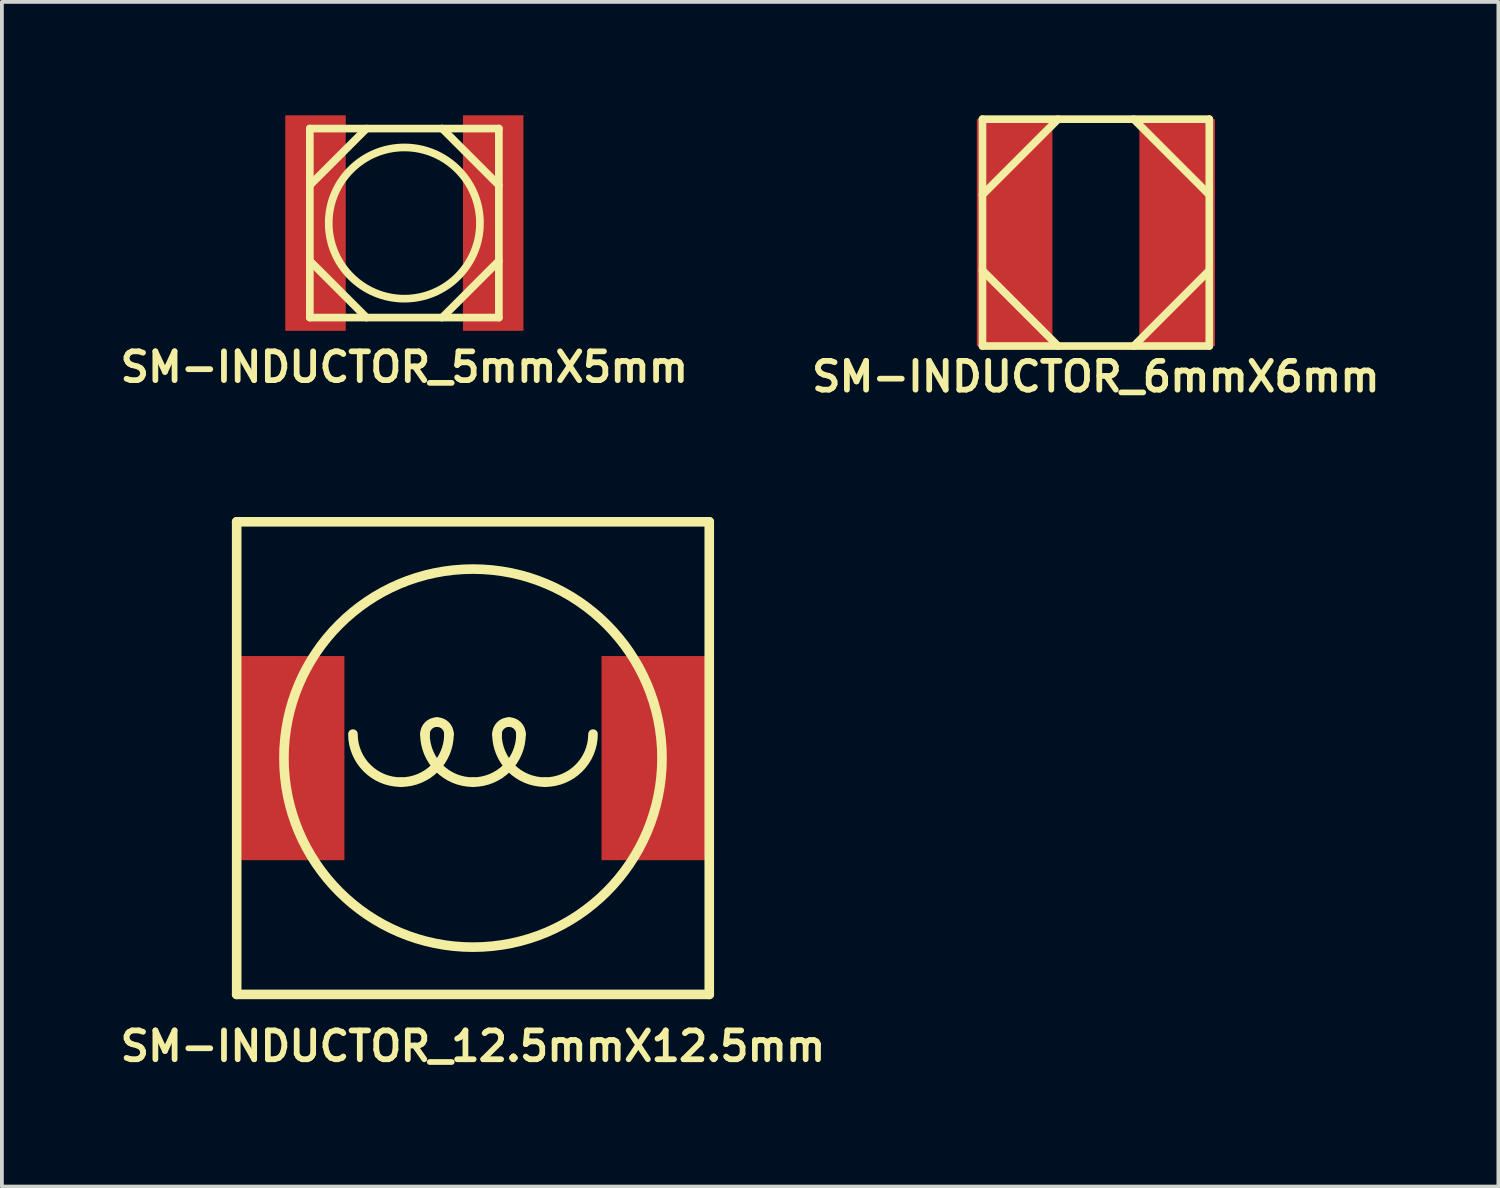
<source format=kicad_pcb>
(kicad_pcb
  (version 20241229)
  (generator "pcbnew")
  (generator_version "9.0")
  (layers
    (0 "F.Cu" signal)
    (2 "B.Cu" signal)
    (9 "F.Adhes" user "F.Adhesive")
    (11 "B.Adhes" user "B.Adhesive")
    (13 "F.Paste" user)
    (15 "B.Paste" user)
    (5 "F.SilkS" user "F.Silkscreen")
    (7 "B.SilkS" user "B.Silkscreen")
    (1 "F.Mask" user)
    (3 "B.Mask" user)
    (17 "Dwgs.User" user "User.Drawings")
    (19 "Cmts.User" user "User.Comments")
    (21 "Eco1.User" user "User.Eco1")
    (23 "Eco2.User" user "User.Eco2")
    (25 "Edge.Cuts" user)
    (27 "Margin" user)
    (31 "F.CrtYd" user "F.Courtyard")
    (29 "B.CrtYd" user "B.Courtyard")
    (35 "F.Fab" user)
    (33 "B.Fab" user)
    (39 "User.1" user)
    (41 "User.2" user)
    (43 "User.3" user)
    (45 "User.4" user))
  (footprint "SM-INDUCTOR_5mmX5mm"
    (layer "F.Cu")
    (at 7.645 2.85)
    (property "Reference" "SM-INDUCTOR_5mmX5mm" (at 0 3.81 0) (layer "F.SilkS") (effects (font (size 0.762 0.762) (thickness 0.152))))
    (attr smd)
    (fp_line (start -2.5 -2.5) (end -2.5 2.5) (stroke (width 0.203) (type solid)) (layer "F.SilkS"))
    (fp_line (start -2.5 1) (end -1 2.5) (stroke (width 0.203) (type solid)) (layer "F.SilkS"))
    (fp_line (start -2.5 2.5) (end 2.5 2.5) (stroke (width 0.203) (type solid)) (layer "F.SilkS"))
    (fp_line (start -1 -2.5) (end -2.5 -1) (stroke (width 0.203) (type solid)) (layer "F.SilkS"))
    (fp_line (start 1 2.5) (end 2.5 1) (stroke (width 0.203) (type solid)) (layer "F.SilkS"))
    (fp_line (start 2.5 -2.5) (end -2.5 -2.5) (stroke (width 0.203) (type solid)) (layer "F.SilkS"))
    (fp_line (start 2.5 -1) (end 1 -2.5) (stroke (width 0.203) (type solid)) (layer "F.SilkS"))
    (fp_line (start 2.5 2.5) (end 2.5 -2.5) (stroke (width 0.203) (type solid)) (layer "F.SilkS"))
    (fp_circle (center 0 0) (end 0 -2) (stroke (width 0.203) (type solid)) (fill no) (layer "F.SilkS"))
    (pad "1" smd rect (at -2.35 0) (size 1.6 5.7) (layers "F.Cu" "F.Mask" "F.Paste"))
    (pad "2" smd rect (at 2.35 0) (size 1.6 5.7) (layers "F.Cu" "F.Mask" "F.Paste")))
  (footprint "SM-INDUCTOR_6mmX6mm"
    (layer "F.Cu")
    (at 25.936 3.102)
    (property "Reference" "SM-INDUCTOR_6mmX6mm" (at 0 3.81 0) (layer "F.SilkS") (effects (font (size 0.762 0.762) (thickness 0.152))))
    (attr smd)
    (fp_line (start -3 -3) (end -3 3) (stroke (width 0.203) (type solid)) (layer "F.SilkS"))
    (fp_line (start -3 1) (end -1 3) (stroke (width 0.203) (type solid)) (layer "F.SilkS"))
    (fp_line (start -3 3) (end 3 3) (stroke (width 0.203) (type solid)) (layer "F.SilkS"))
    (fp_line (start -1 -3) (end -3 -1) (stroke (width 0.203) (type solid)) (layer "F.SilkS"))
    (fp_line (start 1 3) (end 3 1) (stroke (width 0.203) (type solid)) (layer "F.SilkS"))
    (fp_line (start 3 -3) (end -3 -3) (stroke (width 0.203) (type solid)) (layer "F.SilkS"))
    (fp_line (start 3 -1) (end 1 -3) (stroke (width 0.203) (type solid)) (layer "F.SilkS"))
    (fp_line (start 3 3) (end 3 -3) (stroke (width 0.203) (type solid)) (layer "F.SilkS"))
    (pad "1" smd rect (at -2.15 0) (size 2 6) (layers "F.Cu" "F.Mask" "F.Paste"))
    (pad "2" smd rect (at 2.15 0) (size 2 6) (layers "F.Cu" "F.Mask" "F.Paste")))
  (footprint "SM-INDUCTOR_12.5mmX12.5mm"
    (layer "F.Cu")
    (at 9.46 17.002)
    (property "Reference" "SM-INDUCTOR_12.5mmX12.5mm" (at 0 7.62 0) (layer "F.SilkS") (effects (font (size 0.762 0.762) (thickness 0.152))))
    (attr smd)
    (fp_line (start -6.25 -6.25) (end -6.25 6.25) (stroke (width 0.254) (type solid)) (layer "F.SilkS"))
    (fp_line (start -6.25 6.25) (end 6.25 6.25) (stroke (width 0.254) (type solid)) (layer "F.SilkS"))
    (fp_line (start 6.25 -6.25) (end -6.25 -6.25) (stroke (width 0.254) (type solid)) (layer "F.SilkS"))
    (fp_line (start 6.25 6.25) (end 6.25 -6.25) (stroke (width 0.254) (type solid)) (layer "F.SilkS"))
    (fp_arc (start -1.905 0.635) (mid -2.803026 0.263026) (end -3.175 -0.635) (stroke (width 0.254) (type solid)) (layer "F.SilkS"))
    (fp_arc (start -1.27 -0.635) (mid -1.177006 -0.859506) (end -0.9525 -0.9525) (stroke (width 0.254) (type solid)) (layer "F.SilkS"))
    (fp_arc (start -0.9525 -0.9525) (mid -0.727994 -0.859506) (end -0.635 -0.635) (stroke (width 0.254) (type solid)) (layer "F.SilkS"))
    (fp_arc (start -0.635 -0.635) (mid -1.006974 0.263026) (end -1.905 0.635) (stroke (width 0.254) (type solid)) (layer "F.SilkS"))
    (fp_arc (start 0 0.635) (mid -0.898026 0.263026) (end -1.27 -0.635) (stroke (width 0.254) (type solid)) (layer "F.SilkS"))
    (fp_arc (start 0.635 -0.635) (mid 0.727994 -0.859506) (end 0.9525 -0.9525) (stroke (width 0.254) (type solid)) (layer "F.SilkS"))
    (fp_arc (start 0.9525 -0.9525) (mid 1.177006 -0.859506) (end 1.27 -0.635) (stroke (width 0.254) (type solid)) (layer "F.SilkS"))
    (fp_arc (start 1.27 -0.635) (mid 0.898026 0.263026) (end 0 0.635) (stroke (width 0.254) (type solid)) (layer "F.SilkS"))
    (fp_arc (start 1.905 0.635) (mid 1.006974 0.263026) (end 0.635 -0.635) (stroke (width 0.254) (type solid)) (layer "F.SilkS"))
    (fp_arc (start 3.175 -0.635) (mid 2.803026 0.263026) (end 1.905 0.635) (stroke (width 0.254) (type solid)) (layer "F.SilkS"))
    (fp_circle (center 0 0) (end 0 -5) (stroke (width 0.254) (type solid)) (fill no) (layer "F.SilkS"))
    (pad "1" smd rect (at -4.85 0) (size 2.9 5.4) (layers "F.Cu" "F.Mask" "F.Paste"))
    (pad "2" smd rect (at 4.85 0) (size 2.9 5.4) (layers "F.Cu" "F.Mask" "F.Paste")))
  (gr_rect
    (start -3 -3)
    (end 36.582 28.335)
    (stroke (width 0.1) (type default))
    (fill no)
    (layer "Edge.Cuts")))
</source>
